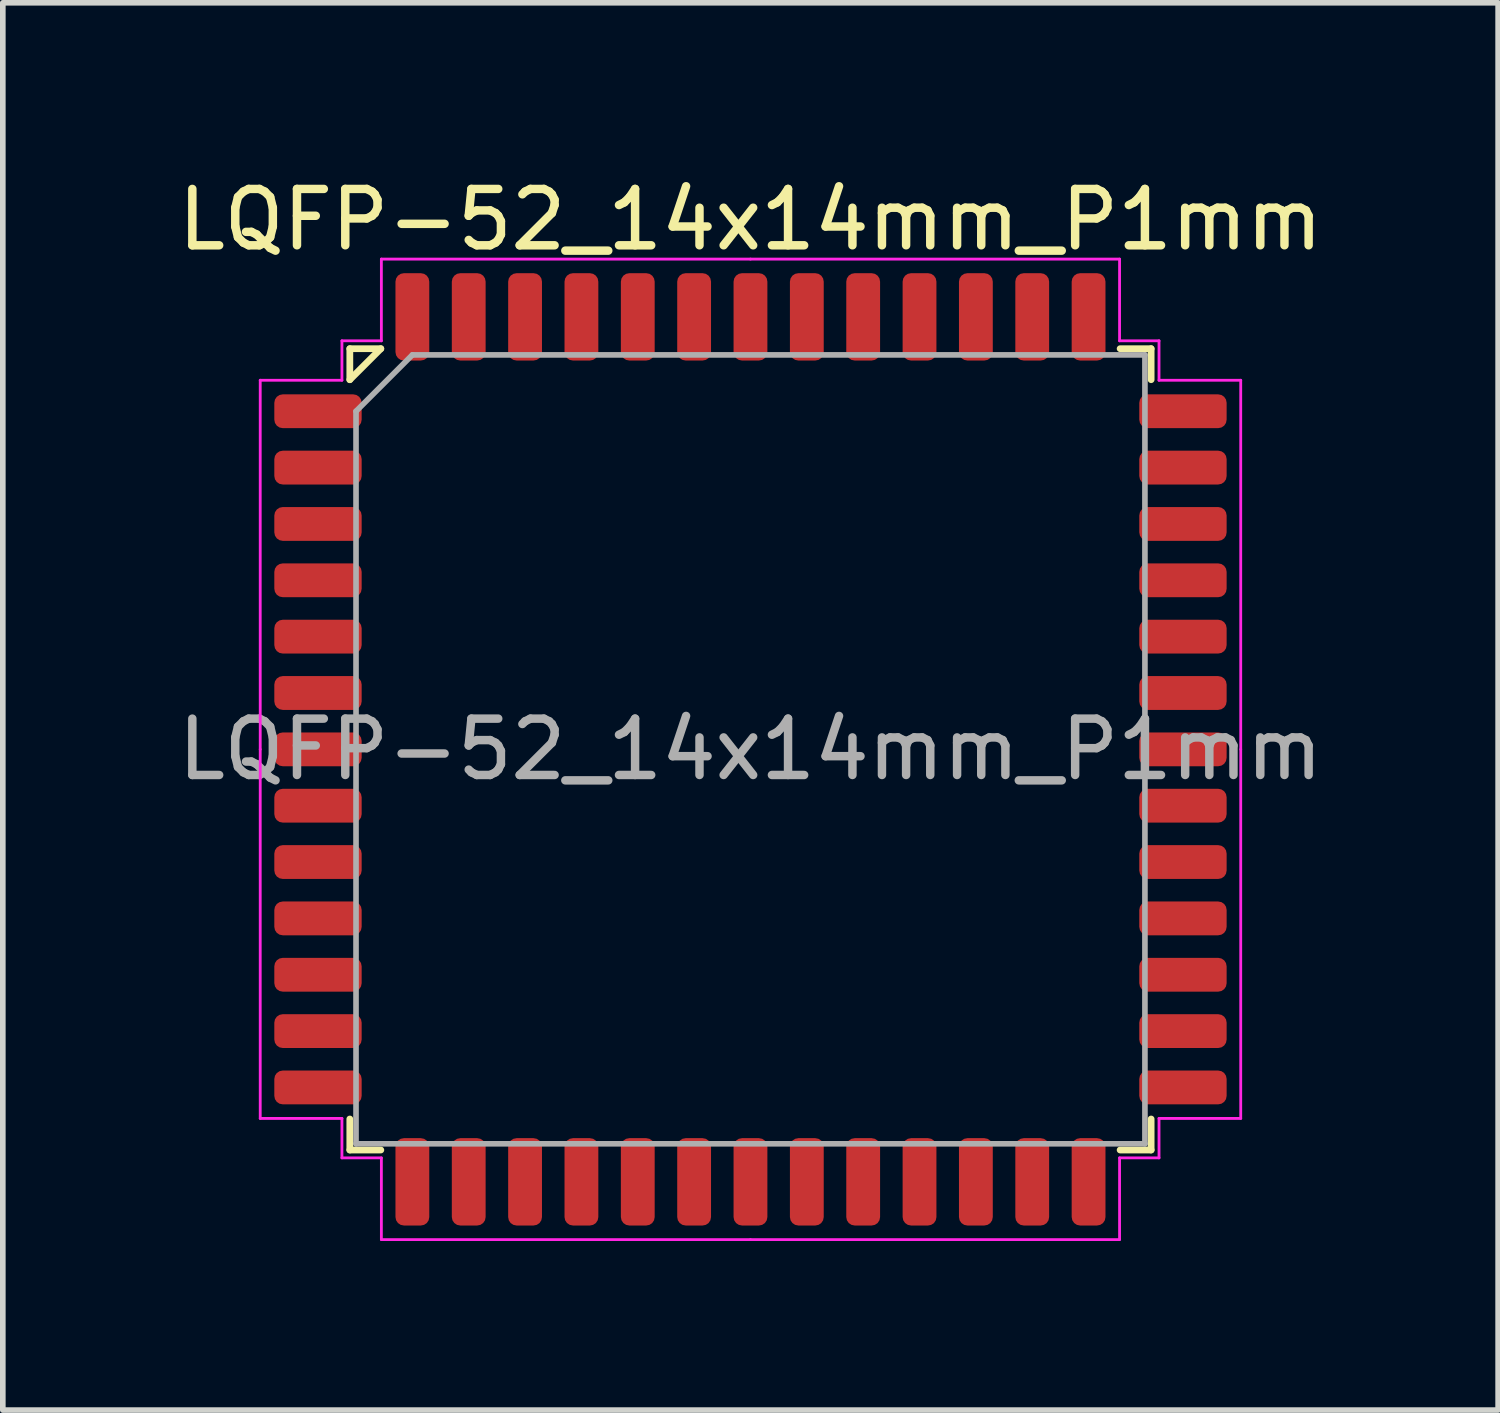
<source format=kicad_pcb>
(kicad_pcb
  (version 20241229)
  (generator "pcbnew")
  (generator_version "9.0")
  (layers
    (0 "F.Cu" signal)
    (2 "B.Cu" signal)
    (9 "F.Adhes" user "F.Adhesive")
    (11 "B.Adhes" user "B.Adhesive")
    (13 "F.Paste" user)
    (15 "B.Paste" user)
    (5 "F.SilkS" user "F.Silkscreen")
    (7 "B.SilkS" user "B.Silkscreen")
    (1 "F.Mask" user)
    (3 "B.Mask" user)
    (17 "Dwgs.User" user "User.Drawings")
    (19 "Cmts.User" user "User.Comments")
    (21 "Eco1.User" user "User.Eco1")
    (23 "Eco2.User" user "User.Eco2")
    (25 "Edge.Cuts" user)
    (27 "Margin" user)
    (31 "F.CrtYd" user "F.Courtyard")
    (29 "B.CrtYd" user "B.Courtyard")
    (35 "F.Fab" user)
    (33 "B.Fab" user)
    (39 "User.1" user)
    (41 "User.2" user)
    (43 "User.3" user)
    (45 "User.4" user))
  (footprint "LQFP-52_14x14mm_P1mm"
    (layer "F.Cu")
    (at 10.268 10.248)
    (property "Reference" "LQFP-52_14x14mm_P1mm" (at 0 -9.4 0) (layer "F.SilkS") (effects (font (size 1 1) (thickness 0.15))))
    (attr smd)
    (fp_line (start -7.11 -7.11) (end -7.11 -6.56) (stroke (width 0.12) (type solid)) (layer "F.SilkS"))
    (fp_line (start -7.11 -6.56) (end -6.56 -7.11) (stroke (width 0.12) (type solid)) (layer "F.SilkS"))
    (fp_line (start -7.11 7.11) (end -7.11 6.56) (stroke (width 0.12) (type solid)) (layer "F.SilkS"))
    (fp_line (start -6.56 -7.11) (end -7.11 -7.11) (stroke (width 0.12) (type solid)) (layer "F.SilkS"))
    (fp_line (start -6.56 7.11) (end -7.11 7.11) (stroke (width 0.12) (type solid)) (layer "F.SilkS"))
    (fp_line (start 6.56 -7.11) (end 7.11 -7.11) (stroke (width 0.12) (type solid)) (layer "F.SilkS"))
    (fp_line (start 6.56 7.11) (end 7.11 7.11) (stroke (width 0.12) (type solid)) (layer "F.SilkS"))
    (fp_line (start 7.11 -7.11) (end 7.11 -6.56) (stroke (width 0.12) (type solid)) (layer "F.SilkS"))
    (fp_line (start 7.11 7.11) (end 7.11 6.56) (stroke (width 0.12) (type solid)) (layer "F.SilkS"))
    (fp_line (start -8.7 -6.55) (end -8.7 0) (stroke (width 0.05) (type solid)) (layer "F.CrtYd"))
    (fp_line (start -8.7 6.55) (end -8.7 0) (stroke (width 0.05) (type solid)) (layer "F.CrtYd"))
    (fp_line (start -7.25 -7.25) (end -7.25 -6.55) (stroke (width 0.05) (type solid)) (layer "F.CrtYd"))
    (fp_line (start -7.25 -6.55) (end -8.7 -6.55) (stroke (width 0.05) (type solid)) (layer "F.CrtYd"))
    (fp_line (start -7.25 6.55) (end -8.7 6.55) (stroke (width 0.05) (type solid)) (layer "F.CrtYd"))
    (fp_line (start -7.25 7.25) (end -7.25 6.55) (stroke (width 0.05) (type solid)) (layer "F.CrtYd"))
    (fp_line (start -6.55 -8.7) (end -6.55 -7.25) (stroke (width 0.05) (type solid)) (layer "F.CrtYd"))
    (fp_line (start -6.55 -7.25) (end -7.25 -7.25) (stroke (width 0.05) (type solid)) (layer "F.CrtYd"))
    (fp_line (start -6.55 7.25) (end -7.25 7.25) (stroke (width 0.05) (type solid)) (layer "F.CrtYd"))
    (fp_line (start -6.55 8.7) (end -6.55 7.25) (stroke (width 0.05) (type solid)) (layer "F.CrtYd"))
    (fp_line (start 0 -8.7) (end -6.55 -8.7) (stroke (width 0.05) (type solid)) (layer "F.CrtYd"))
    (fp_line (start 0 -8.7) (end 6.55 -8.7) (stroke (width 0.05) (type solid)) (layer "F.CrtYd"))
    (fp_line (start 0 8.7) (end -6.55 8.7) (stroke (width 0.05) (type solid)) (layer "F.CrtYd"))
    (fp_line (start 0 8.7) (end 6.55 8.7) (stroke (width 0.05) (type solid)) (layer "F.CrtYd"))
    (fp_line (start 6.55 -8.7) (end 6.55 -7.25) (stroke (width 0.05) (type solid)) (layer "F.CrtYd"))
    (fp_line (start 6.55 -7.25) (end 7.25 -7.25) (stroke (width 0.05) (type solid)) (layer "F.CrtYd"))
    (fp_line (start 6.55 7.25) (end 7.25 7.25) (stroke (width 0.05) (type solid)) (layer "F.CrtYd"))
    (fp_line (start 6.55 8.7) (end 6.55 7.25) (stroke (width 0.05) (type solid)) (layer "F.CrtYd"))
    (fp_line (start 7.25 -7.25) (end 7.25 -6.55) (stroke (width 0.05) (type solid)) (layer "F.CrtYd"))
    (fp_line (start 7.25 -6.55) (end 8.7 -6.55) (stroke (width 0.05) (type solid)) (layer "F.CrtYd"))
    (fp_line (start 7.25 6.55) (end 8.7 6.55) (stroke (width 0.05) (type solid)) (layer "F.CrtYd"))
    (fp_line (start 7.25 7.25) (end 7.25 6.55) (stroke (width 0.05) (type solid)) (layer "F.CrtYd"))
    (fp_line (start 8.7 -6.55) (end 8.7 0) (stroke (width 0.05) (type solid)) (layer "F.CrtYd"))
    (fp_line (start 8.7 6.55) (end 8.7 0) (stroke (width 0.05) (type solid)) (layer "F.CrtYd"))
    (fp_line (start -7 -6) (end -6 -7) (stroke (width 0.1) (type solid)) (layer "F.Fab"))
    (fp_line (start -7 7) (end -7 -6) (stroke (width 0.1) (type solid)) (layer "F.Fab"))
    (fp_line (start -6 -7) (end 7 -7) (stroke (width 0.1) (type solid)) (layer "F.Fab"))
    (fp_line (start 7 -7) (end 7 7) (stroke (width 0.1) (type solid)) (layer "F.Fab"))
    (fp_line (start 7 7) (end -7 7) (stroke (width 0.1) (type solid)) (layer "F.Fab"))
    (fp_text user "${REFERENCE}" (at 0 0 0) (layer "F.Fab") (effects (font (size 1 1) (thickness 0.15))))
    (pad "1" smd roundrect (at -7.675 -6) (size 1.55 0.6) (layers "F.Cu" "F.Mask" "F.Paste") (roundrect_rratio 0.25))
    (pad "2" smd roundrect (at -7.675 -5) (size 1.55 0.6) (layers "F.Cu" "F.Mask" "F.Paste") (roundrect_rratio 0.25))
    (pad "3" smd roundrect (at -7.675 -4) (size 1.55 0.6) (layers "F.Cu" "F.Mask" "F.Paste") (roundrect_rratio 0.25))
    (pad "4" smd roundrect (at -7.675 -3) (size 1.55 0.6) (layers "F.Cu" "F.Mask" "F.Paste") (roundrect_rratio 0.25))
    (pad "5" smd roundrect (at -7.675 -2) (size 1.55 0.6) (layers "F.Cu" "F.Mask" "F.Paste") (roundrect_rratio 0.25))
    (pad "6" smd roundrect (at -7.675 -1) (size 1.55 0.6) (layers "F.Cu" "F.Mask" "F.Paste") (roundrect_rratio 0.25))
    (pad "7" smd roundrect (at -7.675 0) (size 1.55 0.6) (layers "F.Cu" "F.Mask" "F.Paste") (roundrect_rratio 0.25))
    (pad "8" smd roundrect (at -7.675 1) (size 1.55 0.6) (layers "F.Cu" "F.Mask" "F.Paste") (roundrect_rratio 0.25))
    (pad "9" smd roundrect (at -7.675 2) (size 1.55 0.6) (layers "F.Cu" "F.Mask" "F.Paste") (roundrect_rratio 0.25))
    (pad "10" smd roundrect (at -7.675 3) (size 1.55 0.6) (layers "F.Cu" "F.Mask" "F.Paste") (roundrect_rratio 0.25))
    (pad "11" smd roundrect (at -7.675 4) (size 1.55 0.6) (layers "F.Cu" "F.Mask" "F.Paste") (roundrect_rratio 0.25))
    (pad "12" smd roundrect (at -7.675 5) (size 1.55 0.6) (layers "F.Cu" "F.Mask" "F.Paste") (roundrect_rratio 0.25))
    (pad "13" smd roundrect (at -7.675 6) (size 1.55 0.6) (layers "F.Cu" "F.Mask" "F.Paste") (roundrect_rratio 0.25))
    (pad "14" smd roundrect (at -6 7.675) (size 0.6 1.55) (layers "F.Cu" "F.Mask" "F.Paste") (roundrect_rratio 0.25))
    (pad "15" smd roundrect (at -5 7.675) (size 0.6 1.55) (layers "F.Cu" "F.Mask" "F.Paste") (roundrect_rratio 0.25))
    (pad "16" smd roundrect (at -4 7.675) (size 0.6 1.55) (layers "F.Cu" "F.Mask" "F.Paste") (roundrect_rratio 0.25))
    (pad "17" smd roundrect (at -3 7.675) (size 0.6 1.55) (layers "F.Cu" "F.Mask" "F.Paste") (roundrect_rratio 0.25))
    (pad "18" smd roundrect (at -2 7.675) (size 0.6 1.55) (layers "F.Cu" "F.Mask" "F.Paste") (roundrect_rratio 0.25))
    (pad "19" smd roundrect (at -1 7.675) (size 0.6 1.55) (layers "F.Cu" "F.Mask" "F.Paste") (roundrect_rratio 0.25))
    (pad "20" smd roundrect (at 0 7.675) (size 0.6 1.55) (layers "F.Cu" "F.Mask" "F.Paste") (roundrect_rratio 0.25))
    (pad "21" smd roundrect (at 1 7.675) (size 0.6 1.55) (layers "F.Cu" "F.Mask" "F.Paste") (roundrect_rratio 0.25))
    (pad "22" smd roundrect (at 2 7.675) (size 0.6 1.55) (layers "F.Cu" "F.Mask" "F.Paste") (roundrect_rratio 0.25))
    (pad "23" smd roundrect (at 3 7.675) (size 0.6 1.55) (layers "F.Cu" "F.Mask" "F.Paste") (roundrect_rratio 0.25))
    (pad "24" smd roundrect (at 4 7.675) (size 0.6 1.55) (layers "F.Cu" "F.Mask" "F.Paste") (roundrect_rratio 0.25))
    (pad "25" smd roundrect (at 5 7.675) (size 0.6 1.55) (layers "F.Cu" "F.Mask" "F.Paste") (roundrect_rratio 0.25))
    (pad "26" smd roundrect (at 6 7.675) (size 0.6 1.55) (layers "F.Cu" "F.Mask" "F.Paste") (roundrect_rratio 0.25))
    (pad "27" smd roundrect (at 7.675 6) (size 1.55 0.6) (layers "F.Cu" "F.Mask" "F.Paste") (roundrect_rratio 0.25))
    (pad "28" smd roundrect (at 7.675 5) (size 1.55 0.6) (layers "F.Cu" "F.Mask" "F.Paste") (roundrect_rratio 0.25))
    (pad "29" smd roundrect (at 7.675 4) (size 1.55 0.6) (layers "F.Cu" "F.Mask" "F.Paste") (roundrect_rratio 0.25))
    (pad "30" smd roundrect (at 7.675 3) (size 1.55 0.6) (layers "F.Cu" "F.Mask" "F.Paste") (roundrect_rratio 0.25))
    (pad "31" smd roundrect (at 7.675 2) (size 1.55 0.6) (layers "F.Cu" "F.Mask" "F.Paste") (roundrect_rratio 0.25))
    (pad "32" smd roundrect (at 7.675 1) (size 1.55 0.6) (layers "F.Cu" "F.Mask" "F.Paste") (roundrect_rratio 0.25))
    (pad "33" smd roundrect (at 7.675 0) (size 1.55 0.6) (layers "F.Cu" "F.Mask" "F.Paste") (roundrect_rratio 0.25))
    (pad "34" smd roundrect (at 7.675 -1) (size 1.55 0.6) (layers "F.Cu" "F.Mask" "F.Paste") (roundrect_rratio 0.25))
    (pad "35" smd roundrect (at 7.675 -2) (size 1.55 0.6) (layers "F.Cu" "F.Mask" "F.Paste") (roundrect_rratio 0.25))
    (pad "36" smd roundrect (at 7.675 -3) (size 1.55 0.6) (layers "F.Cu" "F.Mask" "F.Paste") (roundrect_rratio 0.25))
    (pad "37" smd roundrect (at 7.675 -4) (size 1.55 0.6) (layers "F.Cu" "F.Mask" "F.Paste") (roundrect_rratio 0.25))
    (pad "38" smd roundrect (at 7.675 -5) (size 1.55 0.6) (layers "F.Cu" "F.Mask" "F.Paste") (roundrect_rratio 0.25))
    (pad "39" smd roundrect (at 7.675 -6) (size 1.55 0.6) (layers "F.Cu" "F.Mask" "F.Paste") (roundrect_rratio 0.25))
    (pad "40" smd roundrect (at 6 -7.675) (size 0.6 1.55) (layers "F.Cu" "F.Mask" "F.Paste") (roundrect_rratio 0.25))
    (pad "41" smd roundrect (at 5 -7.675) (size 0.6 1.55) (layers "F.Cu" "F.Mask" "F.Paste") (roundrect_rratio 0.25))
    (pad "42" smd roundrect (at 4 -7.675) (size 0.6 1.55) (layers "F.Cu" "F.Mask" "F.Paste") (roundrect_rratio 0.25))
    (pad "43" smd roundrect (at 3 -7.675) (size 0.6 1.55) (layers "F.Cu" "F.Mask" "F.Paste") (roundrect_rratio 0.25))
    (pad "44" smd roundrect (at 2 -7.675) (size 0.6 1.55) (layers "F.Cu" "F.Mask" "F.Paste") (roundrect_rratio 0.25))
    (pad "45" smd roundrect (at 1 -7.675) (size 0.6 1.55) (layers "F.Cu" "F.Mask" "F.Paste") (roundrect_rratio 0.25))
    (pad "46" smd roundrect (at 0 -7.675) (size 0.6 1.55) (layers "F.Cu" "F.Mask" "F.Paste") (roundrect_rratio 0.25))
    (pad "47" smd roundrect (at -1 -7.675) (size 0.6 1.55) (layers "F.Cu" "F.Mask" "F.Paste") (roundrect_rratio 0.25))
    (pad "48" smd roundrect (at -2 -7.675) (size 0.6 1.55) (layers "F.Cu" "F.Mask" "F.Paste") (roundrect_rratio 0.25))
    (pad "49" smd roundrect (at -3 -7.675) (size 0.6 1.55) (layers "F.Cu" "F.Mask" "F.Paste") (roundrect_rratio 0.25))
    (pad "50" smd roundrect (at -4 -7.675) (size 0.6 1.55) (layers "F.Cu" "F.Mask" "F.Paste") (roundrect_rratio 0.25))
    (pad "51" smd roundrect (at -5 -7.675) (size 0.6 1.55) (layers "F.Cu" "F.Mask" "F.Paste") (roundrect_rratio 0.25))
    (pad "52" smd roundrect (at -6 -7.675) (size 0.6 1.55) (layers "F.Cu" "F.Mask" "F.Paste") (roundrect_rratio 0.25)))
  (gr_rect
    (start -3 -3)
    (end 23.536 21.973)
    (stroke (width 0.1) (type default))
    (fill no)
    (layer "Edge.Cuts")))
</source>
